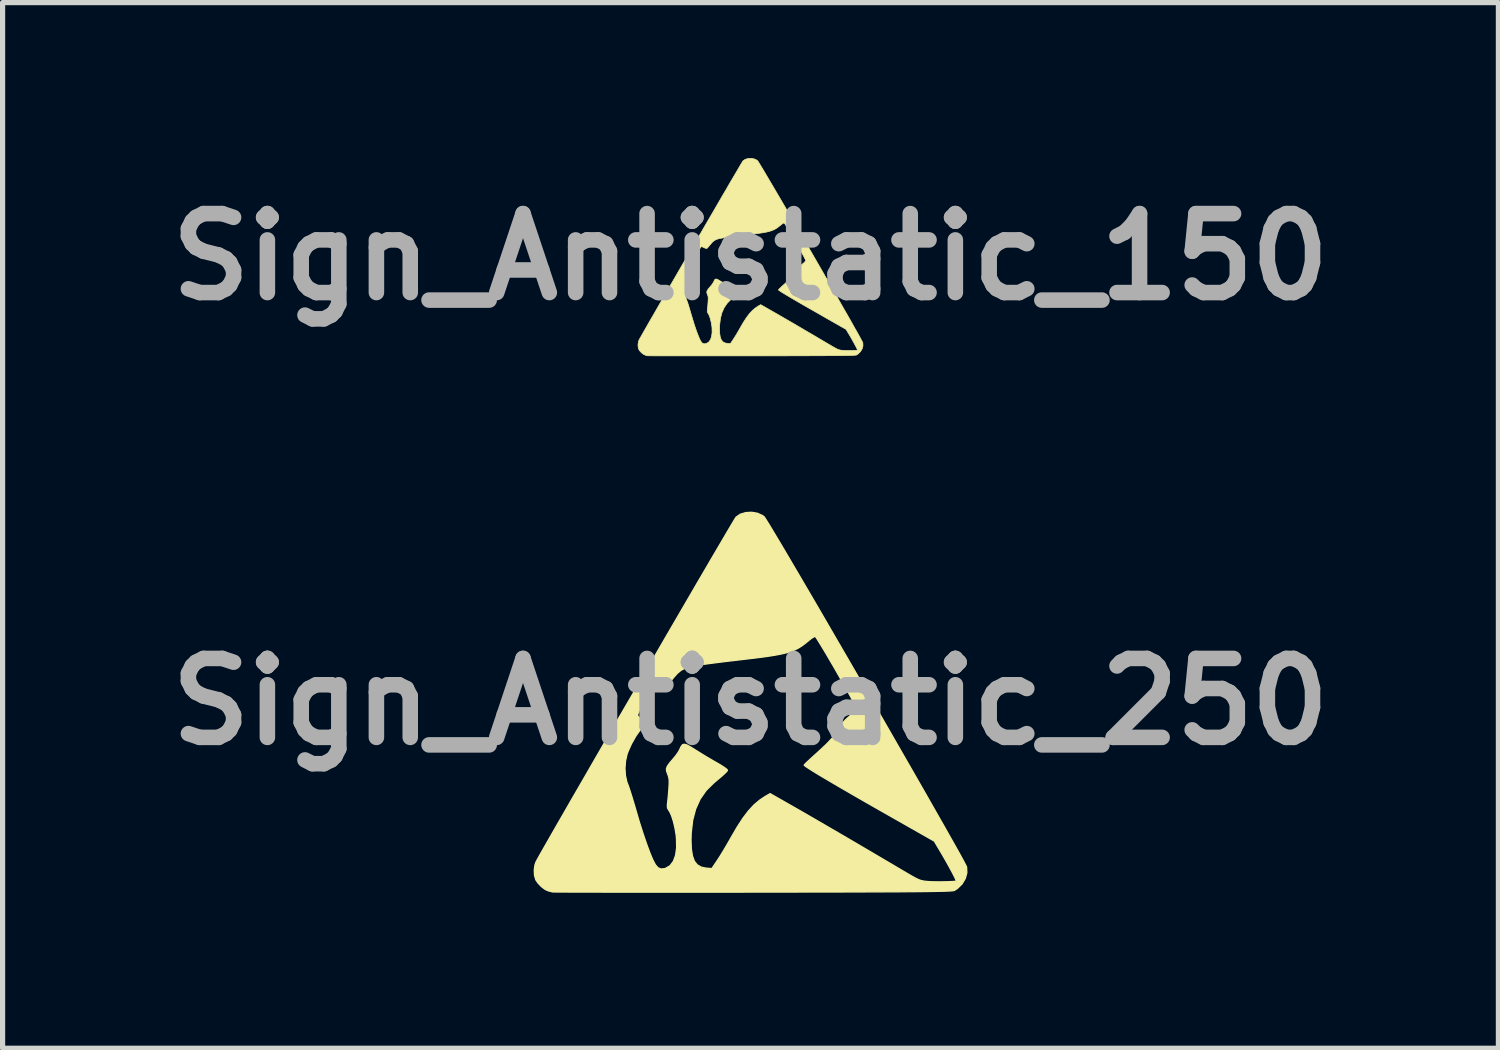
<source format=kicad_pcb>
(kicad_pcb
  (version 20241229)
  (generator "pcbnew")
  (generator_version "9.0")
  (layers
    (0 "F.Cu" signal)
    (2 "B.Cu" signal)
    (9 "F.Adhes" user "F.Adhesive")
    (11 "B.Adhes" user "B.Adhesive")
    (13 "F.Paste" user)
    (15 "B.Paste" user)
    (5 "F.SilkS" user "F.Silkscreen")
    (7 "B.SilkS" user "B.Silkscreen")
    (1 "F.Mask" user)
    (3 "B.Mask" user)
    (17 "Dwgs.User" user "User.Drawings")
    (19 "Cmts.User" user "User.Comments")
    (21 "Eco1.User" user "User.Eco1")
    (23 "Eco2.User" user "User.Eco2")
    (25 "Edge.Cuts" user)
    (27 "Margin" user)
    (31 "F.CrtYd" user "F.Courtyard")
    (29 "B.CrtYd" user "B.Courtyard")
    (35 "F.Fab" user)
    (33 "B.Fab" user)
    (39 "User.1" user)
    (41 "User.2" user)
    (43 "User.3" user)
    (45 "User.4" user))
  (footprint "Sign_Antistatic_150"
    (layer "F.Cu")
    (at 11.437 1.908)
    (property "Reference" "Sign_Antistatic_150" (at 0 0 0) (layer "F.Fab") (effects (font (size 1.524 1.524) (thickness 0.3))))
    (attr board_only exclude_from_pos_files exclude_from_bom allow_missing_courtyard)
    (fp_poly (pts (xy 2.172 1.718) (xy 2.156 1.776) (xy 2.123 1.83) (xy 2.076 1.876) (xy 2.066 1.882) (xy 2.066 1.8) (xy 2.063 1.79) (xy 2.051 1.763) (xy 2.031 1.725) (xy 2.006 1.678) (xy 1.977 1.625) (xy 1.947 1.571) (xy 1.919 1.523) (xy 1.845 1.4) (xy 1.481 1.193) (xy 1.307 1.093) (xy 1.149 1.003) (xy 1.009 0.923) (xy 0.887 0.852) (xy 0.783 0.791) (xy 0.697 0.74) (xy 0.629 0.699) (xy 0.58 0.668) (xy 0.55 0.647) (xy 0.539 0.637) (xy 0.539 0.637) (xy 0.547 0.627) (xy 0.569 0.606) (xy 0.601 0.575) (xy 0.642 0.538) (xy 0.673 0.51) (xy 0.761 0.428) (xy 0.83 0.355) (xy 0.881 0.29) (xy 0.912 0.235) (xy 0.912 0.234) (xy 0.927 0.211) (xy 0.955 0.182) (xy 0.989 0.15) (xy 0.997 0.144) (xy 1.03 0.116) (xy 1.054 0.091) (xy 1.067 0.075) (xy 1.068 0.072) (xy 1.062 0.058) (xy 1.047 0.027) (xy 1.024 -0.017) (xy 0.994 -0.072) (xy 0.958 -0.135) (xy 0.919 -0.205) (xy 0.878 -0.277) (xy 0.836 -0.35) (xy 0.795 -0.421) (xy 0.756 -0.487) (xy 0.721 -0.545) (xy 0.691 -0.594) (xy 0.669 -0.63) (xy 0.654 -0.65) (xy 0.651 -0.654) (xy 0.637 -0.651) (xy 0.614 -0.637) (xy 0.593 -0.62) (xy 0.555 -0.59) (xy 0.52 -0.563) (xy 0.486 -0.541) (xy 0.449 -0.522) (xy 0.408 -0.505) (xy 0.36 -0.49) (xy 0.304 -0.477) (xy 0.237 -0.465) (xy 0.156 -0.453) (xy 0.061 -0.44) (xy -0.053 -0.426) (xy -0.171 -0.413) (xy -0.252 -0.403) (xy -0.334 -0.393) (xy -0.411 -0.383) (xy -0.479 -0.373) (xy -0.532 -0.365) (xy -0.543 -0.363) (xy -0.609 -0.351) (xy -0.659 -0.335) (xy -0.699 -0.314) (xy -0.735 -0.284) (xy -0.773 -0.24) (xy -0.787 -0.223) (xy -0.812 -0.193) (xy -0.832 -0.171) (xy -0.844 -0.161) (xy -0.861 -0.163) (xy -0.887 -0.173) (xy -0.896 -0.177) (xy -0.923 -0.19) (xy -0.942 -0.198) (xy -0.945 -0.198) (xy -0.956 -0.189) (xy -0.974 -0.164) (xy -0.997 -0.127) (xy -1.024 -0.082) (xy -1.052 -0.033) (xy -1.079 0.016) (xy -1.103 0.062) (xy -1.121 0.101) (xy -1.132 0.127) (xy -1.134 0.136) (xy -1.125 0.152) (xy -1.103 0.171) (xy -1.095 0.176) (xy -1.071 0.193) (xy -1.058 0.206) (xy -1.057 0.209) (xy -1.063 0.222) (xy -1.08 0.246) (xy -1.101 0.274) (xy -1.15 0.345) (xy -1.195 0.425) (xy -1.231 0.504) (xy -1.239 0.528) (xy -1.254 0.595) (xy -1.26 0.668) (xy -1.255 0.741) (xy -1.242 0.804) (xy -1.235 0.82) (xy -1.225 0.849) (xy -1.209 0.894) (xy -1.191 0.951) (xy -1.172 1.015) (xy -1.157 1.068) (xy -1.117 1.201) (xy -1.079 1.324) (xy -1.042 1.432) (xy -1.007 1.524) (xy -0.98 1.588) (xy -0.954 1.637) (xy -0.928 1.667) (xy -0.899 1.679) (xy -0.864 1.676) (xy -0.852 1.673) (xy -0.807 1.647) (xy -0.774 1.603) (xy -0.752 1.542) (xy -0.741 1.466) (xy -0.742 1.376) (xy -0.746 1.337) (xy -0.757 1.269) (xy -0.773 1.204) (xy -0.79 1.148) (xy -0.809 1.106) (xy -0.821 1.088) (xy -0.833 1.066) (xy -0.834 1.033) (xy -0.832 1.021) (xy -0.829 0.989) (xy -0.824 0.942) (xy -0.82 0.89) (xy -0.819 0.872) (xy -0.816 0.819) (xy -0.816 0.782) (xy -0.821 0.754) (xy -0.83 0.729) (xy -0.831 0.726) (xy -0.842 0.698) (xy -0.843 0.673) (xy -0.834 0.648) (xy -0.812 0.617) (xy -0.777 0.576) (xy -0.748 0.541) (xy -0.724 0.506) (xy -0.71 0.482) (xy -0.696 0.451) (xy -0.682 0.433) (xy -0.664 0.427) (xy -0.639 0.434) (xy -0.603 0.454) (xy -0.559 0.481) (xy -0.503 0.516) (xy -0.439 0.555) (xy -0.375 0.593) (xy -0.344 0.61) (xy -0.3 0.636) (xy -0.264 0.659) (xy -0.24 0.677) (xy -0.231 0.686) (xy -0.233 0.693) (xy -0.24 0.703) (xy -0.255 0.717) (xy -0.279 0.739) (xy -0.316 0.771) (xy -0.367 0.814) (xy -0.369 0.815) (xy -0.446 0.892) (xy -0.506 0.979) (xy -0.551 1.078) (xy -0.58 1.19) (xy -0.595 1.318) (xy -0.597 1.388) (xy -0.594 1.478) (xy -0.583 1.548) (xy -0.563 1.602) (xy -0.534 1.639) (xy -0.494 1.661) (xy -0.447 1.671) (xy -0.388 1.676) (xy -0.332 1.593) (xy -0.305 1.551) (xy -0.271 1.497) (xy -0.236 1.436) (xy -0.201 1.376) (xy -0.197 1.368) (xy -0.134 1.26) (xy -0.076 1.171) (xy -0.02 1.097) (xy 0.035 1.038) (xy 0.091 0.99) (xy 0.145 0.953) (xy 0.197 0.923) (xy 0.437 1.06) (xy 0.528 1.112) (xy 0.637 1.175) (xy 0.763 1.248) (xy 0.907 1.332) (xy 1.068 1.427) (xy 1.245 1.53) (xy 1.437 1.644) (xy 1.563 1.718) (xy 1.618 1.75) (xy 1.658 1.772) (xy 1.69 1.787) (xy 1.717 1.796) (xy 1.745 1.802) (xy 1.778 1.805) (xy 1.789 1.806) (xy 1.825 1.808) (xy 1.872 1.809) (xy 1.922 1.809) (xy 1.972 1.808) (xy 2.016 1.806) (xy 2.049 1.804) (xy 2.065 1.801) (xy 2.066 1.8) (xy 2.066 1.882) (xy 2.047 1.895) (xy 2.041 1.896) (xy 2.029 1.898) (xy 2.009 1.9) (xy 1.982 1.901) (xy 1.947 1.903) (xy 1.901 1.904) (xy 1.845 1.905) (xy 1.778 1.906) (xy 1.699 1.907) (xy 1.607 1.908) (xy 1.5 1.908) (xy 1.379 1.909) (xy 1.242 1.909) (xy 1.088 1.91) (xy 0.917 1.91) (xy 0.728 1.911) (xy 0.519 1.911) (xy 0.29 1.911) (xy 0.039 1.912) (xy 0.022 1.912) (xy -0.186 1.912) (xy -0.388 1.912) (xy -0.584 1.912) (xy -0.771 1.912) (xy -0.949 1.912) (xy -1.117 1.912) (xy -1.273 1.912) (xy -1.417 1.912) (xy -1.547 1.912) (xy -1.663 1.912) (xy -1.762 1.911) (xy -1.845 1.911) (xy -1.91 1.911) (xy -1.956 1.91) (xy -1.981 1.91) (xy -1.987 1.91) (xy -2.005 1.905) (xy -2.028 1.899) (xy -2.061 1.884) (xy -2.098 1.857) (xy -2.132 1.822) (xy -2.154 1.79) (xy -2.168 1.745) (xy -2.171 1.692) (xy -2.163 1.639) (xy -2.152 1.607) (xy -2.139 1.583) (xy -2.116 1.543) (xy -2.084 1.486) (xy -2.044 1.415) (xy -1.995 1.33) (xy -1.939 1.232) (xy -1.876 1.124) (xy -1.808 1.005) (xy -1.734 0.877) (xy -1.656 0.741) (xy -1.574 0.599) (xy -1.488 0.451) (xy -1.4 0.299) (xy -1.31 0.144) (xy -1.219 -0.013) (xy -1.128 -0.171) (xy -1.036 -0.328) (xy -0.945 -0.484) (xy -0.856 -0.638) (xy -0.769 -0.787) (xy -0.685 -0.931) (xy -0.605 -1.069) (xy -0.529 -1.2) (xy -0.457 -1.322) (xy -0.392 -1.435) (xy -0.332 -1.537) (xy -0.279 -1.626) (xy -0.234 -1.703) (xy -0.198 -1.765) (xy -0.17 -1.811) (xy -0.152 -1.841) (xy -0.144 -1.853) (xy -0.144 -1.853) (xy -0.101 -1.882) (xy -0.047 -1.898) (xy 0.012 -1.901) (xy 0.07 -1.891) (xy 0.121 -1.868) (xy 0.137 -1.856) (xy 0.146 -1.843) (xy 0.166 -1.812) (xy 0.195 -1.764) (xy 0.234 -1.7) (xy 0.28 -1.623) (xy 0.334 -1.531) (xy 0.395 -1.428) (xy 0.462 -1.314) (xy 0.535 -1.19) (xy 0.612 -1.058) (xy 0.694 -0.918) (xy 0.779 -0.772) (xy 0.867 -0.62) (xy 0.957 -0.465) (xy 1.048 -0.308) (xy 1.141 -0.148) (xy 1.233 0.011) (xy 1.325 0.17) (xy 1.415 0.327) (xy 1.503 0.481) (xy 1.589 0.63) (xy 1.672 0.774) (xy 1.75 0.912) (xy 1.824 1.041) (xy 1.893 1.161) (xy 1.956 1.272) (xy 2.011 1.371) (xy 2.06 1.457) (xy 2.101 1.53) (xy 2.132 1.588) (xy 2.155 1.63) (xy 2.167 1.654) (xy 2.169 1.66) (xy 2.172 1.718)) (stroke (width 0.013) (type solid)) (fill yes) (layer "F.SilkS")))
  (footprint "Sign_Antistatic_250"
    (layer "F.Cu")
    (at 11.437 10.495)
    (property "Reference" "Sign_Antistatic_250" (at 0 0 0) (layer "F.Fab") (effects (font (size 1.524 1.524) (thickness 0.3))))
    (attr board_only exclude_from_pos_files exclude_from_bom allow_missing_courtyard)
    (fp_poly (pts (xy 4.177 3.303) (xy 4.146 3.415) (xy 4.083 3.52) (xy 3.993 3.607) (xy 3.973 3.62) (xy 3.973 3.462) (xy 3.968 3.442) (xy 3.944 3.391) (xy 3.907 3.317) (xy 3.858 3.226) (xy 3.803 3.126) (xy 3.744 3.022) (xy 3.69 2.929) (xy 3.549 2.692) (xy 2.849 2.294) (xy 2.513 2.103) (xy 2.21 1.93) (xy 1.941 1.775) (xy 1.706 1.639) (xy 1.506 1.521) (xy 1.34 1.423) (xy 1.21 1.344) (xy 1.116 1.284) (xy 1.058 1.245) (xy 1.037 1.225) (xy 1.037 1.225) (xy 1.052 1.206) (xy 1.094 1.165) (xy 1.157 1.106) (xy 1.236 1.034) (xy 1.295 0.981) (xy 1.464 0.824) (xy 1.597 0.683) (xy 1.694 0.559) (xy 1.753 0.453) (xy 1.755 0.45) (xy 1.784 0.406) (xy 1.836 0.349) (xy 1.903 0.289) (xy 1.917 0.277) (xy 1.98 0.223) (xy 2.028 0.176) (xy 2.052 0.144) (xy 2.053 0.138) (xy 2.043 0.111) (xy 2.014 0.052) (xy 1.969 -0.032) (xy 1.911 -0.138) (xy 1.843 -0.26) (xy 1.768 -0.394) (xy 1.688 -0.533) (xy 1.608 -0.673) (xy 1.528 -0.809) (xy 1.454 -0.936) (xy 1.386 -1.049) (xy 1.329 -1.142) (xy 1.286 -1.211) (xy 1.258 -1.251) (xy 1.251 -1.258) (xy 1.226 -1.252) (xy 1.18 -1.224) (xy 1.14 -1.193) (xy 1.068 -1.134) (xy 1.001 -1.083) (xy 0.934 -1.04) (xy 0.863 -1.003) (xy 0.784 -0.971) (xy 0.693 -0.943) (xy 0.585 -0.918) (xy 0.456 -0.894) (xy 0.301 -0.87) (xy 0.117 -0.846) (xy -0.102 -0.82) (xy -0.328 -0.793) (xy -0.484 -0.775) (xy -0.642 -0.755) (xy -0.791 -0.736) (xy -0.921 -0.718) (xy -1.022 -0.703) (xy -1.045 -0.699) (xy -1.171 -0.674) (xy -1.267 -0.645) (xy -1.343 -0.604) (xy -1.413 -0.545) (xy -1.487 -0.462) (xy -1.513 -0.429) (xy -1.561 -0.371) (xy -1.601 -0.328) (xy -1.622 -0.31) (xy -1.655 -0.313) (xy -1.706 -0.332) (xy -1.723 -0.34) (xy -1.775 -0.366) (xy -1.812 -0.38) (xy -1.818 -0.381) (xy -1.838 -0.363) (xy -1.873 -0.315) (xy -1.918 -0.244) (xy -1.97 -0.158) (xy -2.024 -0.063) (xy -2.076 0.032) (xy -2.121 0.12) (xy -2.156 0.193) (xy -2.177 0.245) (xy -2.18 0.262) (xy -2.164 0.292) (xy -2.122 0.328) (xy -2.106 0.339) (xy -2.06 0.371) (xy -2.034 0.397) (xy -2.032 0.402) (xy -2.044 0.427) (xy -2.076 0.473) (xy -2.117 0.527) (xy -2.212 0.663) (xy -2.299 0.817) (xy -2.367 0.97) (xy -2.383 1.016) (xy -2.412 1.144) (xy -2.423 1.285) (xy -2.414 1.424) (xy -2.388 1.545) (xy -2.376 1.577) (xy -2.355 1.632) (xy -2.326 1.719) (xy -2.291 1.829) (xy -2.254 1.952) (xy -2.224 2.053) (xy -2.149 2.311) (xy -2.074 2.546) (xy -2.003 2.754) (xy -1.937 2.931) (xy -1.885 3.054) (xy -1.835 3.149) (xy -1.785 3.206) (xy -1.729 3.23) (xy -1.662 3.224) (xy -1.638 3.217) (xy -1.553 3.167) (xy -1.488 3.082) (xy -1.445 2.966) (xy -1.425 2.819) (xy -1.428 2.646) (xy -1.435 2.572) (xy -1.457 2.44) (xy -1.486 2.316) (xy -1.52 2.208) (xy -1.556 2.127) (xy -1.579 2.093) (xy -1.602 2.05) (xy -1.604 1.987) (xy -1.601 1.964) (xy -1.594 1.901) (xy -1.585 1.812) (xy -1.577 1.712) (xy -1.574 1.677) (xy -1.569 1.576) (xy -1.57 1.505) (xy -1.579 1.451) (xy -1.596 1.402) (xy -1.598 1.396) (xy -1.619 1.341) (xy -1.622 1.294) (xy -1.604 1.246) (xy -1.562 1.186) (xy -1.495 1.108) (xy -1.439 1.04) (xy -1.392 0.973) (xy -1.366 0.926) (xy -1.339 0.867) (xy -1.312 0.832) (xy -1.277 0.821) (xy -1.229 0.835) (xy -1.16 0.872) (xy -1.074 0.926) (xy -0.968 0.992) (xy -0.844 1.068) (xy -0.721 1.14) (xy -0.661 1.174) (xy -0.577 1.223) (xy -0.507 1.268) (xy -0.461 1.302) (xy -0.445 1.32) (xy -0.448 1.333) (xy -0.462 1.351) (xy -0.49 1.379) (xy -0.536 1.422) (xy -0.607 1.482) (xy -0.705 1.565) (xy -0.709 1.568) (xy -0.857 1.715) (xy -0.973 1.882) (xy -1.059 2.073) (xy -1.116 2.289) (xy -1.144 2.534) (xy -1.148 2.669) (xy -1.142 2.842) (xy -1.12 2.978) (xy -1.083 3.08) (xy -1.026 3.151) (xy -0.95 3.194) (xy -0.86 3.213) (xy -0.745 3.222) (xy -0.638 3.063) (xy -0.586 2.983) (xy -0.522 2.878) (xy -0.453 2.762) (xy -0.387 2.647) (xy -0.379 2.632) (xy -0.258 2.424) (xy -0.146 2.251) (xy -0.039 2.11) (xy 0.067 1.995) (xy 0.175 1.903) (xy 0.279 1.833) (xy 0.379 1.775) (xy 0.84 2.038) (xy 1.015 2.138) (xy 1.224 2.259) (xy 1.468 2.401) (xy 1.745 2.562) (xy 2.054 2.743) (xy 2.394 2.943) (xy 2.764 3.161) (xy 3.006 3.304) (xy 3.111 3.365) (xy 3.189 3.408) (xy 3.25 3.437) (xy 3.302 3.455) (xy 3.356 3.465) (xy 3.42 3.472) (xy 3.44 3.473) (xy 3.51 3.477) (xy 3.599 3.478) (xy 3.696 3.478) (xy 3.792 3.476) (xy 3.876 3.473) (xy 3.94 3.469) (xy 3.972 3.463) (xy 3.973 3.462) (xy 3.973 3.62) (xy 3.937 3.643) (xy 3.925 3.647) (xy 3.901 3.65) (xy 3.864 3.654) (xy 3.812 3.656) (xy 3.743 3.659) (xy 3.656 3.661) (xy 3.549 3.663) (xy 3.42 3.665) (xy 3.268 3.667) (xy 3.09 3.668) (xy 2.885 3.67) (xy 2.652 3.671) (xy 2.389 3.672) (xy 2.093 3.673) (xy 1.764 3.674) (xy 1.399 3.674) (xy 0.998 3.675) (xy 0.557 3.676) (xy 0.076 3.676) (xy 0.042 3.676) (xy -0.358 3.677) (xy -0.747 3.677) (xy -1.122 3.677) (xy -1.482 3.677) (xy -1.825 3.677) (xy -2.147 3.677) (xy -2.448 3.677) (xy -2.725 3.677) (xy -2.975 3.676) (xy -3.197 3.676) (xy -3.389 3.676) (xy -3.549 3.675) (xy -3.673 3.675) (xy -3.761 3.674) (xy -3.81 3.673) (xy -3.821 3.673) (xy -3.856 3.663) (xy -3.9 3.653) (xy -3.964 3.624) (xy -4.035 3.57) (xy -4.1 3.503) (xy -4.142 3.442) (xy -4.168 3.357) (xy -4.174 3.253) (xy -4.16 3.152) (xy -4.138 3.09) (xy -4.113 3.045) (xy -4.07 2.967) (xy -4.008 2.858) (xy -3.93 2.721) (xy -3.836 2.557) (xy -3.729 2.37) (xy -3.608 2.161) (xy -3.477 1.932) (xy -3.335 1.687) (xy -3.184 1.426) (xy -3.026 1.152) (xy -2.862 0.868) (xy -2.693 0.576) (xy -2.52 0.277) (xy -2.344 -0.025) (xy -2.168 -0.328) (xy -1.992 -0.631) (xy -1.818 -0.931) (xy -1.647 -1.226) (xy -1.48 -1.513) (xy -1.318 -1.791) (xy -1.163 -2.057) (xy -1.017 -2.308) (xy -0.879 -2.543) (xy -0.753 -2.76) (xy -0.638 -2.955) (xy -0.537 -3.127) (xy -0.451 -3.274) (xy -0.38 -3.393) (xy -0.327 -3.483) (xy -0.292 -3.54) (xy -0.277 -3.563) (xy -0.277 -3.563) (xy -0.195 -3.619) (xy -0.09 -3.65) (xy 0.024 -3.656) (xy 0.135 -3.637) (xy 0.232 -3.593) (xy 0.263 -3.57) (xy 0.281 -3.544) (xy 0.319 -3.484) (xy 0.376 -3.392) (xy 0.449 -3.27) (xy 0.539 -3.12) (xy 0.643 -2.945) (xy 0.76 -2.746) (xy 0.889 -2.527) (xy 1.029 -2.288) (xy 1.178 -2.034) (xy 1.335 -1.765) (xy 1.498 -1.484) (xy 1.667 -1.193) (xy 1.84 -0.895) (xy 2.016 -0.591) (xy 2.193 -0.285) (xy 2.371 0.022) (xy 2.547 0.327) (xy 2.721 0.629) (xy 2.891 0.925) (xy 3.056 1.212) (xy 3.215 1.489) (xy 3.366 1.753) (xy 3.508 2.002) (xy 3.64 2.234) (xy 3.761 2.446) (xy 3.868 2.636) (xy 3.962 2.802) (xy 4.04 2.942) (xy 4.101 3.053) (xy 4.144 3.134) (xy 4.168 3.181) (xy 4.172 3.192) (xy 4.177 3.303)) (stroke (width 0.025) (type solid)) (fill yes) (layer "F.SilkS")))
  (gr_rect
    (start -3 -3)
    (end 25.875 17.185)
    (stroke (width 0.1) (type default))
    (fill no)
    (layer "Edge.Cuts")))
</source>
